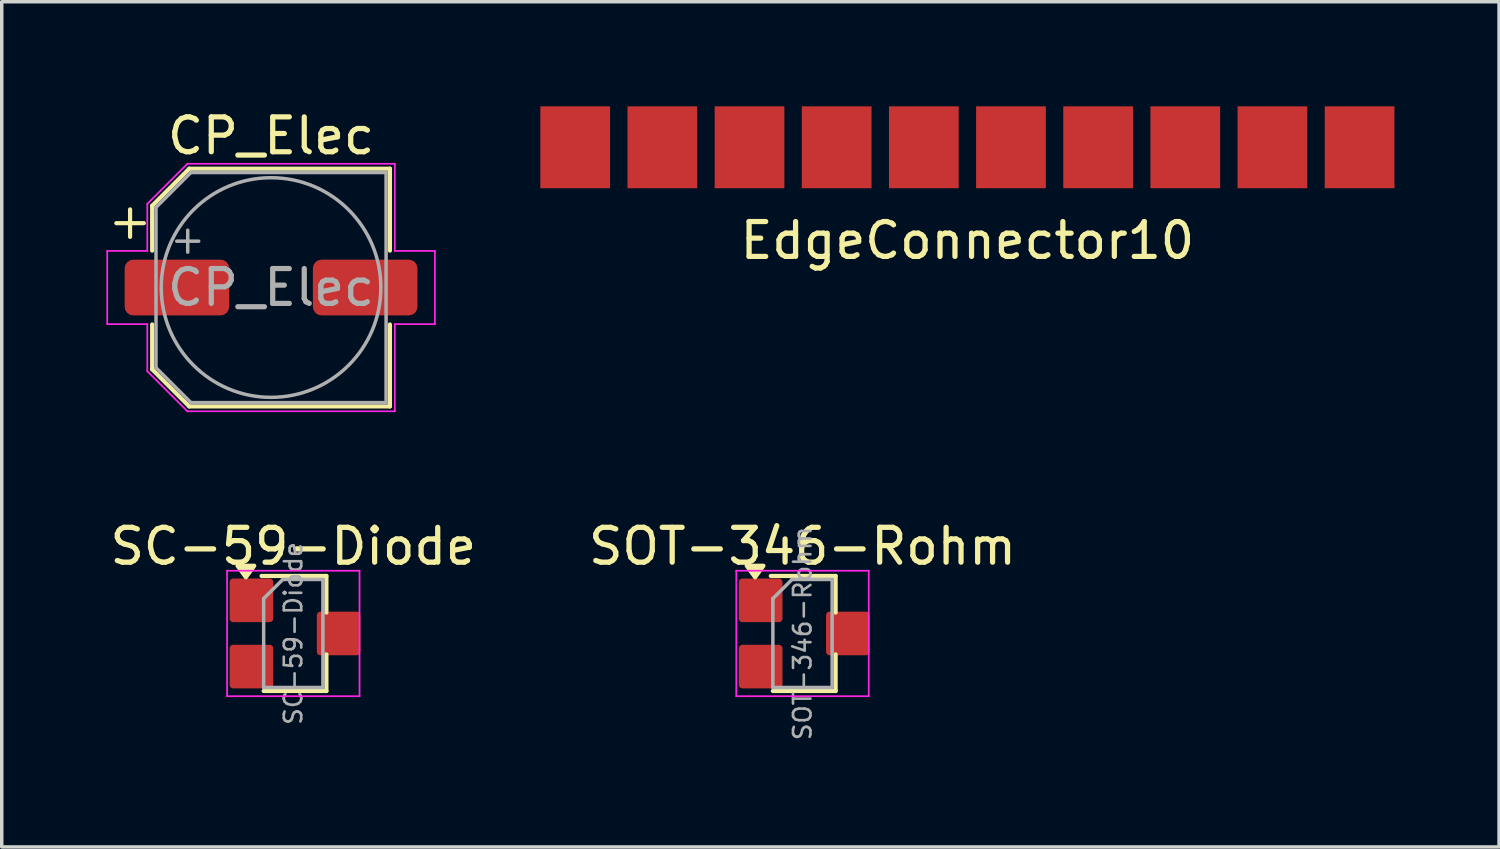
<source format=kicad_pcb>
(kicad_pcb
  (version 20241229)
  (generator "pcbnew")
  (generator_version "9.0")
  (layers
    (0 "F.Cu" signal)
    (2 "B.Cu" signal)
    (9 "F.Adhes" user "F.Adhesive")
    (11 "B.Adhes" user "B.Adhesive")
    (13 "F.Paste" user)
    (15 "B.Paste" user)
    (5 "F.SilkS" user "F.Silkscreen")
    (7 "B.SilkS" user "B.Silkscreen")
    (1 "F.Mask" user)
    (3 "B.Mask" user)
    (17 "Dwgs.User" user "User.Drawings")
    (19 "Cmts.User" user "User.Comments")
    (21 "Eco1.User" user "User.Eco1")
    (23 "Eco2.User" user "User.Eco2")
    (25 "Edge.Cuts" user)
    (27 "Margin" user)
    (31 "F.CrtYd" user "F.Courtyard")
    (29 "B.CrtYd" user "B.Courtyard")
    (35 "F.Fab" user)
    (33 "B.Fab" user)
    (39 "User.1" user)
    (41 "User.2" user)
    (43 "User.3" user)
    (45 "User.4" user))
  (footprint "CP_Elec"
    (layer "F.Cu")
    (at 4.725 5.198)
    (property "Reference" "CP_Elec" (at 0 -4.35 0) (layer "F.SilkS") (effects (font (size 1 1) (thickness 0.15))))
    (attr smd)
    (fp_line (start -4.438 -1.847) (end -3.65 -1.847) (stroke (width 0.12) (type solid)) (layer "F.SilkS"))
    (fp_line (start -4.044 -2.241) (end -4.044 -1.454) (stroke (width 0.12) (type solid)) (layer "F.SilkS"))
    (fp_line (start -3.41 -2.346) (end -3.41 -1.06) (stroke (width 0.12) (type solid)) (layer "F.SilkS"))
    (fp_line (start -3.41 -2.346) (end -2.346 -3.41) (stroke (width 0.12) (type solid)) (layer "F.SilkS"))
    (fp_line (start -3.41 2.346) (end -3.41 1.06) (stroke (width 0.12) (type solid)) (layer "F.SilkS"))
    (fp_line (start -3.41 2.346) (end -2.346 3.41) (stroke (width 0.12) (type solid)) (layer "F.SilkS"))
    (fp_line (start -2.346 -3.41) (end 3.41 -3.41) (stroke (width 0.12) (type solid)) (layer "F.SilkS"))
    (fp_line (start -2.346 3.41) (end 3.41 3.41) (stroke (width 0.12) (type solid)) (layer "F.SilkS"))
    (fp_line (start 3.41 -3.41) (end 3.41 -1.06) (stroke (width 0.12) (type solid)) (layer "F.SilkS"))
    (fp_line (start 3.41 3.41) (end 3.41 1.06) (stroke (width 0.12) (type solid)) (layer "F.SilkS"))
    (fp_line (start -4.7 -1.05) (end -4.7 1.05) (stroke (width 0.05) (type solid)) (layer "F.CrtYd"))
    (fp_line (start -4.7 1.05) (end -3.55 1.05) (stroke (width 0.05) (type solid)) (layer "F.CrtYd"))
    (fp_line (start -3.55 -2.4) (end -3.55 -1.05) (stroke (width 0.05) (type solid)) (layer "F.CrtYd"))
    (fp_line (start -3.55 -2.4) (end -2.4 -3.55) (stroke (width 0.05) (type solid)) (layer "F.CrtYd"))
    (fp_line (start -3.55 -1.05) (end -4.7 -1.05) (stroke (width 0.05) (type solid)) (layer "F.CrtYd"))
    (fp_line (start -3.55 1.05) (end -3.55 2.4) (stroke (width 0.05) (type solid)) (layer "F.CrtYd"))
    (fp_line (start -3.55 2.4) (end -2.4 3.55) (stroke (width 0.05) (type solid)) (layer "F.CrtYd"))
    (fp_line (start -2.4 -3.55) (end 3.55 -3.55) (stroke (width 0.05) (type solid)) (layer "F.CrtYd"))
    (fp_line (start -2.4 3.55) (end 3.55 3.55) (stroke (width 0.05) (type solid)) (layer "F.CrtYd"))
    (fp_line (start 3.55 -3.55) (end 3.55 -1.05) (stroke (width 0.05) (type solid)) (layer "F.CrtYd"))
    (fp_line (start 3.55 -1.05) (end 4.7 -1.05) (stroke (width 0.05) (type solid)) (layer "F.CrtYd"))
    (fp_line (start 3.55 1.05) (end 3.55 3.55) (stroke (width 0.05) (type solid)) (layer "F.CrtYd"))
    (fp_line (start 4.7 -1.05) (end 4.7 1.05) (stroke (width 0.05) (type solid)) (layer "F.CrtYd"))
    (fp_line (start 4.7 1.05) (end 3.55 1.05) (stroke (width 0.05) (type solid)) (layer "F.CrtYd"))
    (fp_line (start -3.3 -2.3) (end -3.3 2.3) (stroke (width 0.1) (type solid)) (layer "F.Fab"))
    (fp_line (start -3.3 -2.3) (end -2.3 -3.3) (stroke (width 0.1) (type solid)) (layer "F.Fab"))
    (fp_line (start -3.3 2.3) (end -2.3 3.3) (stroke (width 0.1) (type solid)) (layer "F.Fab"))
    (fp_line (start -2.705 -1.33) (end -2.075 -1.33) (stroke (width 0.1) (type solid)) (layer "F.Fab"))
    (fp_line (start -2.39 -1.645) (end -2.39 -1.015) (stroke (width 0.1) (type solid)) (layer "F.Fab"))
    (fp_line (start -2.3 -3.3) (end 3.3 -3.3) (stroke (width 0.1) (type solid)) (layer "F.Fab"))
    (fp_line (start -2.3 3.3) (end 3.3 3.3) (stroke (width 0.1) (type solid)) (layer "F.Fab"))
    (fp_line (start 3.3 -3.3) (end 3.3 3.3) (stroke (width 0.1) (type solid)) (layer "F.Fab"))
    (fp_circle (center 0 0) (end 3.15 0) (stroke (width 0.1) (type solid)) (fill no) (layer "F.Fab"))
    (fp_text user "${REFERENCE}" (at 0 0 0) (layer "F.Fab") (effects (font (size 1 1) (thickness 0.15))))
    (pad "1" smd roundrect (at -2.7 0) (size 3 1.6) (layers "F.Cu" "F.Mask" "F.Paste") (roundrect_rratio 0.156))
    (pad "2" smd roundrect (at 2.7 0) (size 3 1.6) (layers "F.Cu" "F.Mask" "F.Paste") (roundrect_rratio 0.156)))
  (footprint "EdgeConnector10"
    (layer "F.Cu")
    (at 24.7 1.175)
    (property "Reference" "EdgeConnector10" (at 0 2.675 0) (layer "F.SilkS") (effects (font (size 1 1) (thickness 0.15))))
    (attr smd)
    (pad "1" smd rect (at -11.25 0) (size 2 2.35) (layers "F.Cu" "F.Mask" "F.Paste"))
    (pad "2" smd rect (at -8.75 0) (size 2 2.35) (layers "F.Cu" "F.Mask" "F.Paste"))
    (pad "3" smd rect (at -6.25 0) (size 2 2.35) (layers "F.Cu" "F.Mask" "F.Paste"))
    (pad "4" smd rect (at -3.75 0) (size 2 2.35) (layers "F.Cu" "F.Mask" "F.Paste"))
    (pad "5" smd rect (at -1.25 0) (size 2 2.35) (layers "F.Cu" "F.Mask" "F.Paste"))
    (pad "6" smd rect (at 1.25 0) (size 2 2.35) (layers "F.Cu" "F.Mask" "F.Paste"))
    (pad "7" smd rect (at 3.75 0) (size 2 2.35) (layers "F.Cu" "F.Mask" "F.Paste"))
    (pad "8" smd rect (at 6.25 0) (size 2 2.35) (layers "F.Cu" "F.Mask" "F.Paste"))
    (pad "9" smd rect (at 8.75 0) (size 2 2.35) (layers "F.Cu" "F.Mask" "F.Paste"))
    (pad "10" smd rect (at 11.25 0) (size 2 2.35) (layers "F.Cu" "F.Mask" "F.Paste")))
  (footprint "SOT-346-Rohm"
    (layer "F.Cu")
    (at 19.97 15.121)
    (property "Reference" "SOT-346-Rohm" (at 0 -2.5 0) (layer "F.SilkS") (effects (font (size 1 1) (thickness 0.15))))
    (attr smd)
    (fp_line (start -0.91 -1.65) (end 0.95 -1.65) (stroke (width 0.12) (type solid)) (layer "F.SilkS"))
    (fp_line (start -0.85 1.65) (end 0.95 1.65) (stroke (width 0.12) (type solid)) (layer "F.SilkS"))
    (fp_line (start 0.95 -1.65) (end 0.95 -0.6) (stroke (width 0.12) (type solid)) (layer "F.SilkS"))
    (fp_line (start 0.95 1.65) (end 0.95 0.6) (stroke (width 0.12) (type solid)) (layer "F.SilkS"))
    (fp_poly (pts (xy -1.36 -1.612) (xy -1.12 -1.942) (xy -1.6 -1.942) (xy -1.36 -1.612)) (stroke (width 0.12) (type solid)) (fill yes) (layer "F.SilkS"))
    (fp_line (start -1.9 -1.8) (end -1.9 1.8) (stroke (width 0.05) (type solid)) (layer "F.CrtYd"))
    (fp_line (start -1.9 -1.8) (end 1.9 -1.8) (stroke (width 0.05) (type solid)) (layer "F.CrtYd"))
    (fp_line (start 1.9 1.8) (end -1.9 1.8) (stroke (width 0.05) (type solid)) (layer "F.CrtYd"))
    (fp_line (start 1.9 1.8) (end 1.9 -1.8) (stroke (width 0.05) (type solid)) (layer "F.CrtYd"))
    (fp_line (start -0.85 1.55) (end -0.85 -1) (stroke (width 0.1) (type solid)) (layer "F.Fab"))
    (fp_line (start -0.85 1.55) (end 0.85 1.55) (stroke (width 0.1) (type solid)) (layer "F.Fab"))
    (fp_line (start -0.3 -1.55) (end -0.85 -1) (stroke (width 0.1) (type solid)) (layer "F.Fab"))
    (fp_line (start -0.3 -1.55) (end 0.85 -1.55) (stroke (width 0.1) (type solid)) (layer "F.Fab"))
    (fp_line (start 0.85 -1.52) (end 0.85 1.52) (stroke (width 0.1) (type solid)) (layer "F.Fab"))
    (fp_text user "${REFERENCE}" (at 0 0 90) (layer "F.Fab") (effects (font (size 0.5 0.5) (thickness 0.075))))
    (pad "1" smd roundrect (at -1.2 0.95) (size 1.25 1.25) (layers "F.Cu" "F.Mask" "F.Paste") (roundrect_rratio 0.08))
    (pad "2" smd roundrect (at -1.2 -0.95) (size 1.25 1.25) (layers "F.Cu" "F.Mask" "F.Paste") (roundrect_rratio 0.08))
    (pad "3" smd roundrect (at 1.3 0) (size 1.25 1.25) (layers "F.Cu" "F.Mask" "F.Paste") (roundrect_rratio 0.08)))
  (footprint "SC-59-Diode"
    (layer "F.Cu")
    (at 5.363 15.121)
    (property "Reference" "SC-59-Diode" (at 0 -2.5 0) (layer "F.SilkS") (effects (font (size 1 1) (thickness 0.15))))
    (attr smd)
    (fp_line (start -0.91 -1.65) (end 0.95 -1.65) (stroke (width 0.12) (type solid)) (layer "F.SilkS"))
    (fp_line (start -0.85 1.65) (end 0.95 1.65) (stroke (width 0.12) (type solid)) (layer "F.SilkS"))
    (fp_line (start 0.95 -1.65) (end 0.95 -0.6) (stroke (width 0.12) (type solid)) (layer "F.SilkS"))
    (fp_line (start 0.95 1.65) (end 0.95 0.6) (stroke (width 0.12) (type solid)) (layer "F.SilkS"))
    (fp_poly (pts (xy -1.36 -1.612) (xy -1.12 -1.942) (xy -1.6 -1.942) (xy -1.36 -1.612)) (stroke (width 0.12) (type solid)) (fill yes) (layer "F.SilkS"))
    (fp_line (start -1.9 -1.8) (end -1.9 1.8) (stroke (width 0.05) (type solid)) (layer "F.CrtYd"))
    (fp_line (start -1.9 -1.8) (end 1.9 -1.8) (stroke (width 0.05) (type solid)) (layer "F.CrtYd"))
    (fp_line (start 1.9 1.8) (end -1.9 1.8) (stroke (width 0.05) (type solid)) (layer "F.CrtYd"))
    (fp_line (start 1.9 1.8) (end 1.9 -1.8) (stroke (width 0.05) (type solid)) (layer "F.CrtYd"))
    (fp_line (start -0.85 1.55) (end -0.85 -1) (stroke (width 0.1) (type solid)) (layer "F.Fab"))
    (fp_line (start -0.85 1.55) (end 0.85 1.55) (stroke (width 0.1) (type solid)) (layer "F.Fab"))
    (fp_line (start -0.3 -1.55) (end -0.85 -1) (stroke (width 0.1) (type solid)) (layer "F.Fab"))
    (fp_line (start -0.3 -1.55) (end 0.85 -1.55) (stroke (width 0.1) (type solid)) (layer "F.Fab"))
    (fp_line (start 0.85 -1.52) (end 0.85 1.52) (stroke (width 0.1) (type solid)) (layer "F.Fab"))
    (fp_text user "${REFERENCE}" (at 0 0 90) (layer "F.Fab") (effects (font (size 0.5 0.5) (thickness 0.075))))
    (pad "" smd roundrect (at -1.2 0.95) (size 1.25 1.25) (layers "F.Cu" "F.Mask" "F.Paste") (roundrect_rratio 0.08))
    (pad "1" smd roundrect (at 1.3 0) (size 1.25 1.25) (layers "F.Cu" "F.Mask" "F.Paste") (roundrect_rratio 0.08))
    (pad "2" smd roundrect (at -1.2 -0.95) (size 1.25 1.25) (layers "F.Cu" "F.Mask" "F.Paste") (roundrect_rratio 0.08)))
  (gr_rect
    (start -3 -3)
    (end 39.95 21.244)
    (stroke (width 0.1) (type default))
    (fill no)
    (layer "Edge.Cuts")))
</source>
